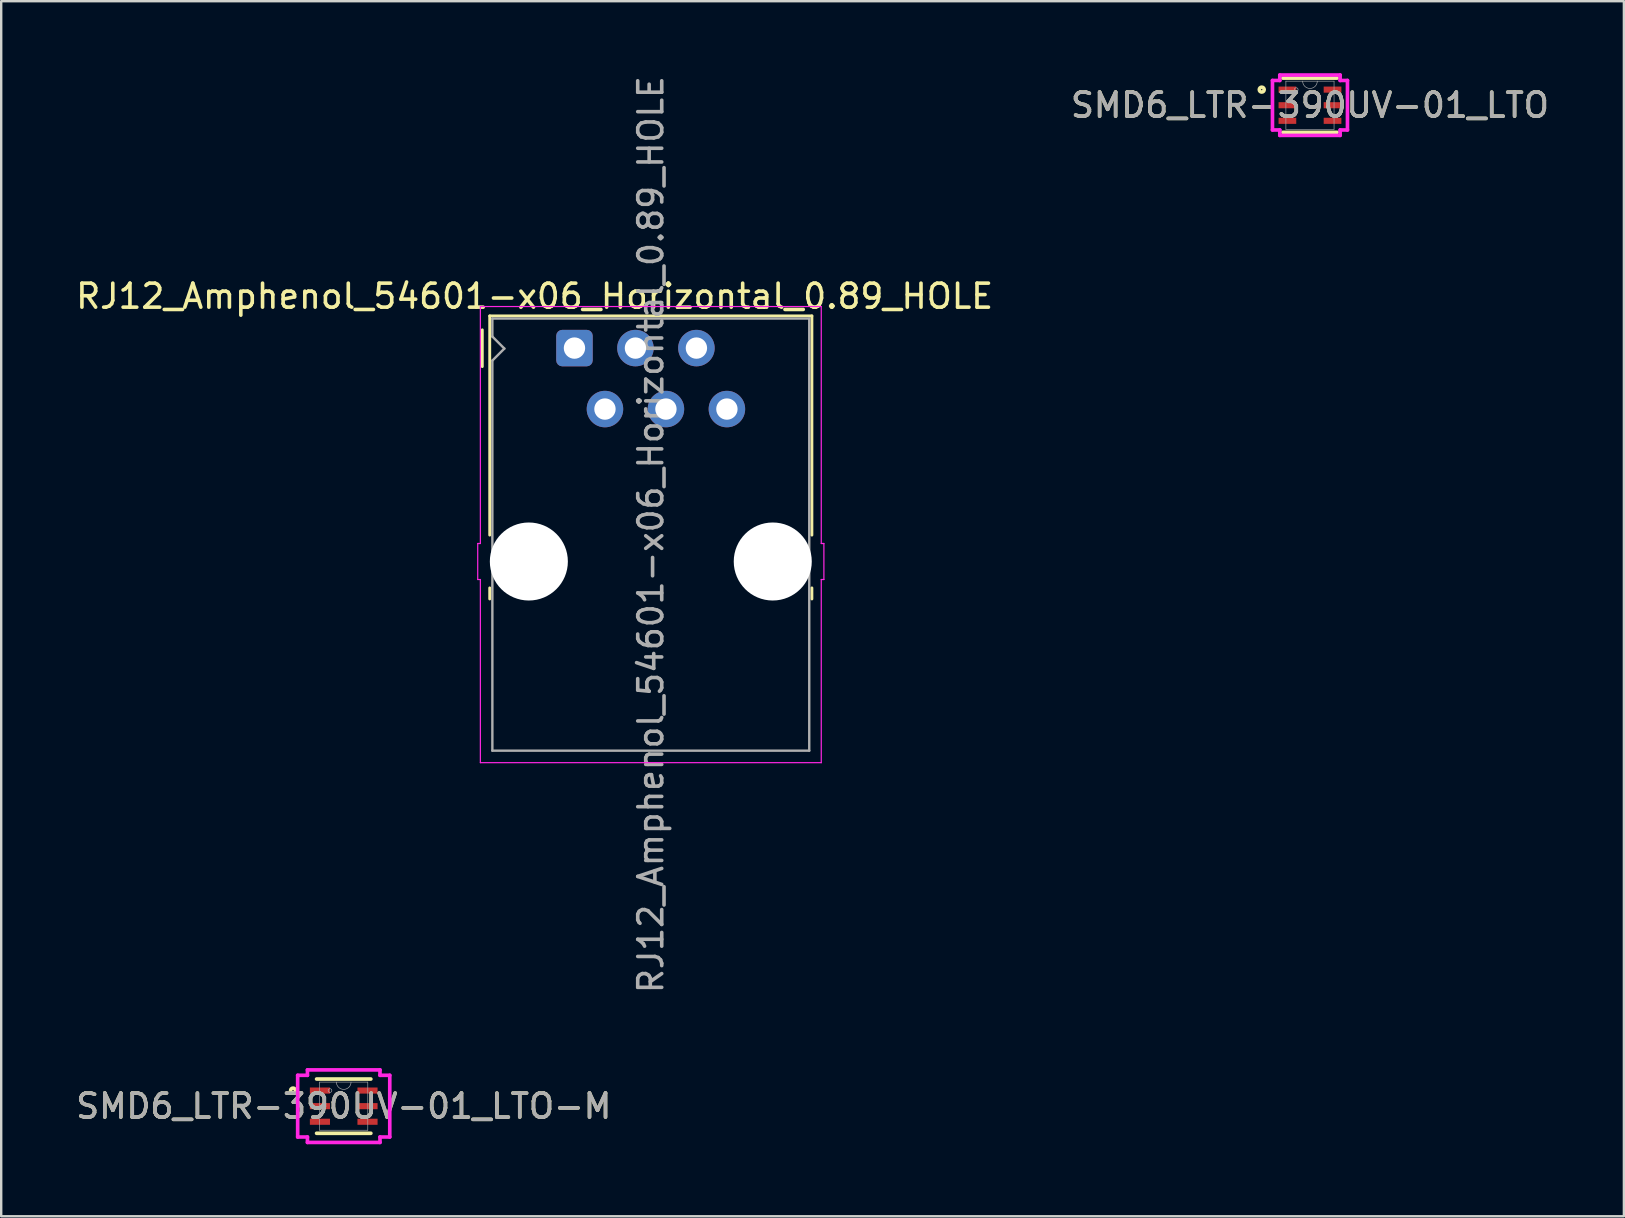
<source format=kicad_pcb>
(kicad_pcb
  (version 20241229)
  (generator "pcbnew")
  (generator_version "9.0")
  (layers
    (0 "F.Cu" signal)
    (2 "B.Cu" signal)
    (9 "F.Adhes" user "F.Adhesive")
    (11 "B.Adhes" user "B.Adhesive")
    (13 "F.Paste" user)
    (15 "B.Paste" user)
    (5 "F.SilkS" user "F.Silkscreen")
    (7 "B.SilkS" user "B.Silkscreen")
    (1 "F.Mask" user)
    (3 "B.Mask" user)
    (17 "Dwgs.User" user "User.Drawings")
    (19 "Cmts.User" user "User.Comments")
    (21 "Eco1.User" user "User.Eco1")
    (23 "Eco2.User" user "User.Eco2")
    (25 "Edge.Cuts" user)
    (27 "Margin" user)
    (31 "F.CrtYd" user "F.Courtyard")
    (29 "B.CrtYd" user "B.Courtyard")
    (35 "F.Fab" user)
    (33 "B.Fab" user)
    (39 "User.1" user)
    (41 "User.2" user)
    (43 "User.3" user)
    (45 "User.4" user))
  (footprint "RJ12_Amphenol_54601-x06_Horizontal_0.89_HOLE"
    (layer "F.Cu")
    (at 20.88 11.45)
    (property "Reference" "RJ12_Amphenol_54601-x06_Horizontal_0.89_HOLE" (at -1.66 -2.16 0) (layer "F.SilkS") (effects (font (size 1 1) (thickness 0.15))))
    (attr through_hole)
    (fp_line (start -3.84 0.77) (end -3.84 -0.76) (stroke (width 0.12) (type solid)) (layer "F.SilkS"))
    (fp_line (start -3.53 -1.34) (end 9.89 -1.34) (stroke (width 0.12) (type solid)) (layer "F.SilkS"))
    (fp_line (start -3.53 7.79) (end -3.53 -1.34) (stroke (width 0.12) (type solid)) (layer "F.SilkS"))
    (fp_line (start -3.53 10.45) (end -3.53 9.99) (stroke (width 0.12) (type solid)) (layer "F.SilkS"))
    (fp_line (start 9.89 -1.34) (end 9.89 7.79) (stroke (width 0.12) (type solid)) (layer "F.SilkS"))
    (fp_line (start 9.89 10.45) (end 9.89 9.99) (stroke (width 0.12) (type solid)) (layer "F.SilkS"))
    (fp_line (start -4.03 8.14) (end -4.03 9.64) (stroke (width 0.05) (type default)) (layer "F.CrtYd"))
    (fp_line (start -4.03 8.14) (end -3.92 8.14) (stroke (width 0.05) (type default)) (layer "F.CrtYd"))
    (fp_line (start -4.03 9.64) (end -3.92 9.64) (stroke (width 0.05) (type default)) (layer "F.CrtYd"))
    (fp_line (start -3.92 -1.73) (end -3.92 8.14) (stroke (width 0.05) (type solid)) (layer "F.CrtYd"))
    (fp_line (start -3.92 -1.73) (end 10.28 -1.73) (stroke (width 0.05) (type solid)) (layer "F.CrtYd"))
    (fp_line (start -3.92 9.64) (end -3.92 17.27) (stroke (width 0.05) (type solid)) (layer "F.CrtYd"))
    (fp_line (start 10.28 -1.73) (end 10.28 8.14) (stroke (width 0.05) (type solid)) (layer "F.CrtYd"))
    (fp_line (start 10.28 9.64) (end 10.28 17.27) (stroke (width 0.05) (type solid)) (layer "F.CrtYd"))
    (fp_line (start 10.28 17.27) (end -3.92 17.27) (stroke (width 0.05) (type solid)) (layer "F.CrtYd"))
    (fp_line (start 10.39 8.14) (end 10.28 8.14) (stroke (width 0.05) (type default)) (layer "F.CrtYd"))
    (fp_line (start 10.39 8.14) (end 10.39 9.64) (stroke (width 0.05) (type default)) (layer "F.CrtYd"))
    (fp_line (start 10.39 9.64) (end 10.28 9.64) (stroke (width 0.05) (type default)) (layer "F.CrtYd"))
    (fp_line (start -3.42 -1.23) (end 9.78 -1.23) (stroke (width 0.1) (type solid)) (layer "F.Fab"))
    (fp_line (start -3.42 -0.48) (end -3.42 -1.23) (stroke (width 0.1) (type solid)) (layer "F.Fab"))
    (fp_line (start -3.42 0.52) (end -2.92 0.02) (stroke (width 0.1) (type solid)) (layer "F.Fab"))
    (fp_line (start -3.42 16.77) (end -3.42 0.52) (stroke (width 0.1) (type solid)) (layer "F.Fab"))
    (fp_line (start -2.92 0.02) (end -3.42 -0.48) (stroke (width 0.1) (type solid)) (layer "F.Fab"))
    (fp_line (start 9.78 -1.23) (end 9.78 16.77) (stroke (width 0.1) (type solid)) (layer "F.Fab"))
    (fp_line (start 9.78 16.77) (end -3.42 16.77) (stroke (width 0.1) (type solid)) (layer "F.Fab"))
    (fp_text user "${REFERENCE}" (at 3.18 7.77 90) (layer "F.Fab") (effects (font (size 1 1) (thickness 0.15))))
    (pad "" np_thru_hole circle (at -1.9 8.89) (size 3.25 3.25) (drill 3.25) (layers "*.Cu" "*.Mask"))
    (pad "" np_thru_hole circle (at 8.26 8.89) (size 3.25 3.25) (drill 3.25) (layers "*.Cu" "*.Mask"))
    (pad "1" thru_hole roundrect (at 0 0) (size 1.52 1.52) (drill 0.89) (layers "*.Cu" "*.Mask") (roundrect_rratio 0.164))
    (pad "2" thru_hole circle (at 1.27 2.54) (size 1.52 1.52) (drill 0.89) (layers "*.Cu" "*.Mask"))
    (pad "3" thru_hole circle (at 2.54 0) (size 1.52 1.52) (drill 0.89) (layers "*.Cu" "*.Mask"))
    (pad "4" thru_hole circle (at 3.81 2.54) (size 1.52 1.52) (drill 0.89) (layers "*.Cu" "*.Mask"))
    (pad "5" thru_hole circle (at 5.08 0) (size 1.52 1.52) (drill 0.89) (layers "*.Cu" "*.Mask"))
    (pad "6" thru_hole circle (at 6.35 2.54) (size 1.52 1.52) (drill 0.89) (layers "*.Cu" "*.Mask")))
  (footprint "SMD6_LTR-390UV-01_LTO"
    (layer "F.Cu")
    (at 51.518 1.333)
    (property "Reference" "SMD6_LTR-390UV-01_LTO" (at 0 0 0) (unlocked yes) (layer "F.SilkS") (effects (font (size 1 1) (thickness 0.15))))
    (attr smd)
    (fp_line (start -1.13 1.13) (end 1.13 1.13) (stroke (width 0.152) (type solid)) (layer "F.SilkS"))
    (fp_line (start 1.13 -1.13) (end -1.13 -1.13) (stroke (width 0.152) (type solid)) (layer "F.SilkS"))
    (fp_circle (center -2.009 -0.65) (end -1.907 -0.65) (stroke (width 0.152) (type solid)) (fill no) (layer "F.SilkS"))
    (fp_line (start -1.562 -1.031) (end -1.257 -1.031) (stroke (width 0.152) (type solid)) (layer "F.CrtYd"))
    (fp_line (start -1.562 1.031) (end -1.562 -1.031) (stroke (width 0.152) (type solid)) (layer "F.CrtYd"))
    (fp_line (start -1.562 1.031) (end -1.257 1.031) (stroke (width 0.152) (type solid)) (layer "F.CrtYd"))
    (fp_line (start -1.257 -1.257) (end 1.257 -1.257) (stroke (width 0.152) (type solid)) (layer "F.CrtYd"))
    (fp_line (start -1.257 -1.031) (end -1.257 -1.257) (stroke (width 0.152) (type solid)) (layer "F.CrtYd"))
    (fp_line (start -1.257 1.257) (end -1.257 1.031) (stroke (width 0.152) (type solid)) (layer "F.CrtYd"))
    (fp_line (start 1.257 -1.257) (end 1.257 -1.031) (stroke (width 0.152) (type solid)) (layer "F.CrtYd"))
    (fp_line (start 1.257 1.031) (end 1.257 1.257) (stroke (width 0.152) (type solid)) (layer "F.CrtYd"))
    (fp_line (start 1.257 1.257) (end -1.257 1.257) (stroke (width 0.152) (type solid)) (layer "F.CrtYd"))
    (fp_line (start 1.562 -1.031) (end 1.257 -1.031) (stroke (width 0.152) (type solid)) (layer "F.CrtYd"))
    (fp_line (start 1.562 -1.031) (end 1.562 1.031) (stroke (width 0.152) (type solid)) (layer "F.CrtYd"))
    (fp_line (start 1.562 1.031) (end 1.257 1.031) (stroke (width 0.152) (type solid)) (layer "F.CrtYd"))
    (fp_line (start -1.003 -1.003) (end -1.003 1.003) (stroke (width 0.025) (type solid)) (layer "F.Fab"))
    (fp_line (start -1.003 1.003) (end 1.003 1.003) (stroke (width 0.025) (type solid)) (layer "F.Fab"))
    (fp_line (start 1.003 -1.003) (end -1.003 -1.003) (stroke (width 0.025) (type solid)) (layer "F.Fab"))
    (fp_line (start 1.003 1.003) (end 1.003 -1.003) (stroke (width 0.025) (type solid)) (layer "F.Fab"))
    (fp_arc (start 0.3048 -1.0033) (mid 0 -0.6985) (end -0.3048 -1.0033) (stroke (width 0.0254) (type solid)) (layer "F.Fab"))
    (fp_circle (center -0.572 -0.65) (end -0.495 -0.65) (stroke (width 0.025) (type solid)) (fill no) (layer "F.Fab"))
    (fp_text user "${REFERENCE}" (at 0 0 0) (unlocked yes) (layer "F.Fab") (effects (font (size 1 1) (thickness 0.15))))
    (pad "1" smd rect (at -0.94 -0.65) (size 0.737 0.254) (layers "F.Cu" "F.Mask" "F.Paste"))
    (pad "2" smd rect (at -0.94 0) (size 0.737 0.254) (layers "F.Cu" "F.Mask" "F.Paste"))
    (pad "3" smd rect (at -0.94 0.65) (size 0.737 0.254) (layers "F.Cu" "F.Mask" "F.Paste"))
    (pad "4" smd rect (at 0.94 0.65) (size 0.737 0.254) (layers "F.Cu" "F.Mask" "F.Paste"))
    (pad "5" smd rect (at 0.94 0) (size 0.737 0.254) (layers "F.Cu" "F.Mask" "F.Paste"))
    (pad "6" smd rect (at 0.94 -0.65) (size 0.737 0.254) (layers "F.Cu" "F.Mask" "F.Paste")))
  (footprint "SMD6_LTR-390UV-01_LTO-M"
    (layer "F.Cu")
    (at 11.268 43.028)
    (property "Reference" "SMD6_LTR-390UV-01_LTO-M" (at 0 0 0) (unlocked yes) (layer "F.SilkS") (effects (font (size 1 1) (thickness 0.15))))
    (attr smd)
    (fp_line (start -1.13 1.13) (end 1.13 1.13) (stroke (width 0.152) (type solid)) (layer "F.SilkS"))
    (fp_line (start 1.13 -1.13) (end -1.13 -1.13) (stroke (width 0.152) (type solid)) (layer "F.SilkS"))
    (fp_circle (center -2.111 -0.65) (end -2.009 -0.65) (stroke (width 0.152) (type solid)) (fill no) (layer "F.SilkS"))
    (fp_line (start -1.918 -1.285) (end -1.511 -1.285) (stroke (width 0.152) (type solid)) (layer "F.CrtYd"))
    (fp_line (start -1.918 1.285) (end -1.918 -1.285) (stroke (width 0.152) (type solid)) (layer "F.CrtYd"))
    (fp_line (start -1.918 1.285) (end -1.511 1.285) (stroke (width 0.152) (type solid)) (layer "F.CrtYd"))
    (fp_line (start -1.511 -1.511) (end 1.511 -1.511) (stroke (width 0.152) (type solid)) (layer "F.CrtYd"))
    (fp_line (start -1.511 -1.285) (end -1.511 -1.511) (stroke (width 0.152) (type solid)) (layer "F.CrtYd"))
    (fp_line (start -1.511 1.511) (end -1.511 1.285) (stroke (width 0.152) (type solid)) (layer "F.CrtYd"))
    (fp_line (start 1.511 -1.511) (end 1.511 -1.285) (stroke (width 0.152) (type solid)) (layer "F.CrtYd"))
    (fp_line (start 1.511 1.285) (end 1.511 1.511) (stroke (width 0.152) (type solid)) (layer "F.CrtYd"))
    (fp_line (start 1.511 1.511) (end -1.511 1.511) (stroke (width 0.152) (type solid)) (layer "F.CrtYd"))
    (fp_line (start 1.918 -1.285) (end 1.511 -1.285) (stroke (width 0.152) (type solid)) (layer "F.CrtYd"))
    (fp_line (start 1.918 -1.285) (end 1.918 1.285) (stroke (width 0.152) (type solid)) (layer "F.CrtYd"))
    (fp_line (start 1.918 1.285) (end 1.511 1.285) (stroke (width 0.152) (type solid)) (layer "F.CrtYd"))
    (fp_line (start -1.003 -1.003) (end -1.003 1.003) (stroke (width 0.025) (type solid)) (layer "F.Fab"))
    (fp_line (start -1.003 1.003) (end 1.003 1.003) (stroke (width 0.025) (type solid)) (layer "F.Fab"))
    (fp_line (start 1.003 -1.003) (end -1.003 -1.003) (stroke (width 0.025) (type solid)) (layer "F.Fab"))
    (fp_line (start 1.003 1.003) (end 1.003 -1.003) (stroke (width 0.025) (type solid)) (layer "F.Fab"))
    (fp_arc (start 0.3048 -1.0033) (mid 0 -0.6985) (end -0.3048 -1.0033) (stroke (width 0.0254) (type solid)) (layer "F.Fab"))
    (fp_circle (center -0.572 -0.65) (end -0.495 -0.65) (stroke (width 0.025) (type solid)) (fill no) (layer "F.Fab"))
    (fp_text user "${REFERENCE}" (at 0 0 0) (unlocked yes) (layer "F.Fab") (effects (font (size 1 1) (thickness 0.15))))
    (pad "1" smd rect (at -0.991 -0.65) (size 0.838 0.254) (layers "F.Cu" "F.Mask" "F.Paste"))
    (pad "2" smd rect (at -0.991 0) (size 0.838 0.254) (layers "F.Cu" "F.Mask" "F.Paste"))
    (pad "3" smd rect (at -0.991 0.65) (size 0.838 0.254) (layers "F.Cu" "F.Mask" "F.Paste"))
    (pad "4" smd rect (at 0.991 0.65) (size 0.838 0.254) (layers "F.Cu" "F.Mask" "F.Paste"))
    (pad "5" smd rect (at 0.991 0) (size 0.838 0.254) (layers "F.Cu" "F.Mask" "F.Paste"))
    (pad "6" smd rect (at 0.991 -0.65) (size 0.838 0.254) (layers "F.Cu" "F.Mask" "F.Paste")))
  (gr_rect
    (start -3 -3)
    (end 64.595 47.615)
    (stroke (width 0.1) (type default))
    (fill no)
    (layer "Edge.Cuts")))
</source>
